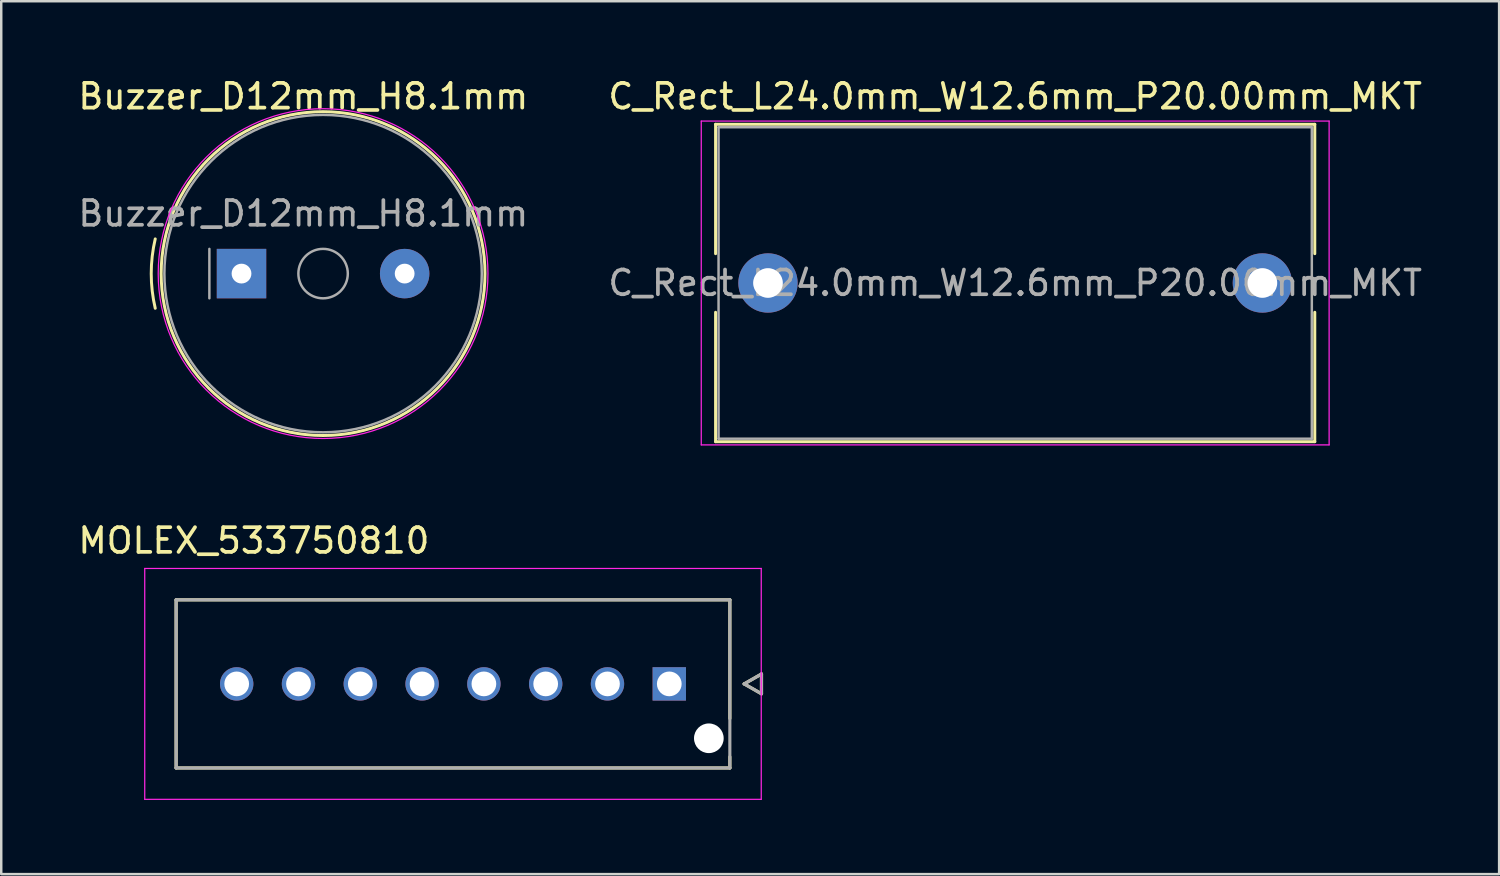
<source format=kicad_pcb>
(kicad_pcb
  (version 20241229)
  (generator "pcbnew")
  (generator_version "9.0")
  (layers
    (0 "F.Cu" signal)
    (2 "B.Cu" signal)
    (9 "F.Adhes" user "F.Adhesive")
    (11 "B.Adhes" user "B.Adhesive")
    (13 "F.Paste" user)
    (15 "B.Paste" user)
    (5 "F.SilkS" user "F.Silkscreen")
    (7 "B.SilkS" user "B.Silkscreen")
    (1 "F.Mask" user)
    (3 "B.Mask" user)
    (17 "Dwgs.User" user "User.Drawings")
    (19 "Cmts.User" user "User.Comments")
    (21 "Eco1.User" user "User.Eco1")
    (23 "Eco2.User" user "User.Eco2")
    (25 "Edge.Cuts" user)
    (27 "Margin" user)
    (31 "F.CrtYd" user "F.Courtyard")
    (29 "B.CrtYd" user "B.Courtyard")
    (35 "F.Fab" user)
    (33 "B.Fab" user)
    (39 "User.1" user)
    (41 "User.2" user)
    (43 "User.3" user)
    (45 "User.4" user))
  (footprint "Buzzer_D12mm_H8.1mm"
    (layer "F.Cu")
    (at 6.72 8.018)
    (property "Reference" "Buzzer_D12mm_H8.1mm" (at 2.5 -7.17 0) (layer "F.SilkS") (effects (font (size 1 1) (thickness 0.15))))
    (attr through_hole)
    (fp_arc (start -3.489905 1.403934) (mid -3.652235 0) (end -3.489905 -1.403934) (stroke (width 0.12) (type solid)) (layer "F.SilkS"))
    (fp_circle (center 3.3 0) (end 9.85 0) (stroke (width 0.12) (type solid)) (fill no) (layer "F.SilkS"))
    (fp_circle (center 3.3 0) (end 9.97 0) (stroke (width 0.05) (type solid)) (fill no) (layer "F.CrtYd"))
    (fp_line (start -1.3 -1) (end -1.3 1) (stroke (width 0.1) (type solid)) (layer "F.Fab"))
    (fp_circle (center 3.3 0) (end 4.3 0) (stroke (width 0.1) (type solid)) (fill no) (layer "F.Fab"))
    (fp_circle (center 3.3 0) (end 9.72 0) (stroke (width 0.1) (type solid)) (fill no) (layer "F.Fab"))
    (fp_text user "${REFERENCE}" (at 2.5 -2.43 0) (layer "F.Fab") (effects (font (size 1 1) (thickness 0.15))))
    (pad "1" thru_hole rect (at 0 0) (size 2 2) (drill 0.8) (layers "*.Cu" "*.Mask"))
    (pad "2" thru_hole circle (at 6.6 0) (size 2 2) (drill 0.8) (layers "*.Cu" "*.Mask")))
  (footprint "C_Rect_L24.0mm_W12.6mm_P20.00mm_MKT"
    (layer "F.Cu")
    (at 28.018 8.398)
    (property "Reference" "C_Rect_L24.0mm_W12.6mm_P20.00mm_MKT" (at 10 -7.55 0) (layer "F.SilkS") (effects (font (size 1 1) (thickness 0.15))))
    (attr through_hole)
    (fp_line (start -2.12 -6.42) (end -2.12 -1.185) (stroke (width 0.12) (type solid)) (layer "F.SilkS"))
    (fp_line (start -2.12 -6.42) (end 22.12 -6.42) (stroke (width 0.12) (type solid)) (layer "F.SilkS"))
    (fp_line (start -2.12 1.185) (end -2.12 6.42) (stroke (width 0.12) (type solid)) (layer "F.SilkS"))
    (fp_line (start -2.12 6.42) (end 22.12 6.42) (stroke (width 0.12) (type solid)) (layer "F.SilkS"))
    (fp_line (start 22.12 -6.42) (end 22.12 -1.185) (stroke (width 0.12) (type solid)) (layer "F.SilkS"))
    (fp_line (start 22.12 1.185) (end 22.12 6.42) (stroke (width 0.12) (type solid)) (layer "F.SilkS"))
    (fp_line (start -2.7 -6.55) (end -2.7 6.55) (stroke (width 0.05) (type solid)) (layer "F.CrtYd"))
    (fp_line (start -2.7 6.55) (end 22.7 6.55) (stroke (width 0.05) (type solid)) (layer "F.CrtYd"))
    (fp_line (start 22.7 -6.55) (end -2.7 -6.55) (stroke (width 0.05) (type solid)) (layer "F.CrtYd"))
    (fp_line (start 22.7 6.55) (end 22.7 -6.55) (stroke (width 0.05) (type solid)) (layer "F.CrtYd"))
    (fp_line (start -2 -6.3) (end -2 6.3) (stroke (width 0.1) (type solid)) (layer "F.Fab"))
    (fp_line (start -2 6.3) (end 22 6.3) (stroke (width 0.1) (type solid)) (layer "F.Fab"))
    (fp_line (start 22 -6.3) (end -2 -6.3) (stroke (width 0.1) (type solid)) (layer "F.Fab"))
    (fp_line (start 22 6.3) (end 22 -6.3) (stroke (width 0.1) (type solid)) (layer "F.Fab"))
    (fp_text user "${REFERENCE}" (at 10 0 0) (layer "F.Fab") (effects (font (size 1 1) (thickness 0.15))))
    (pad "1" thru_hole circle (at 0 0) (size 2.4 2.4) (drill 1.2) (layers "*.Cu" "*.Mask"))
    (pad "2" thru_hole circle (at 20 0) (size 2.4 2.4) (drill 1.2) (layers "*.Cu" "*.Mask")))
  (footprint "MOLEX_533750810"
    (layer "F.Cu")
    (at 24.025 24.616)
    (property "Reference" "MOLEX_533750810" (at -16.805 -5.795 0) (layer "F.SilkS") (effects (font (size 1 1) (thickness 0.15))))
    (attr through_hole)
    (fp_circle (center -17.5 0) (end -17.124 0) (stroke (width 0.751) (type solid)) (fill no) (layer "F.Mask"))
    (fp_circle (center -15 0) (end -14.624 0) (stroke (width 0.751) (type solid)) (fill no) (layer "F.Mask"))
    (fp_circle (center -12.5 0) (end -12.124 0) (stroke (width 0.751) (type solid)) (fill no) (layer "F.Mask"))
    (fp_circle (center -10 0) (end -9.624 0) (stroke (width 0.751) (type solid)) (fill no) (layer "F.Mask"))
    (fp_circle (center -7.5 0) (end -7.124 0) (stroke (width 0.751) (type solid)) (fill no) (layer "F.Mask"))
    (fp_circle (center -5 0) (end -4.624 0) (stroke (width 0.751) (type solid)) (fill no) (layer "F.Mask"))
    (fp_circle (center -2.5 0) (end -2.124 0) (stroke (width 0.751) (type solid)) (fill no) (layer "F.Mask"))
    (fp_poly (pts (xy -0.751 -0.751) (xy 0.751 -0.751) (xy 0.751 0.751) (xy -0.751 0.751)) (stroke (width 0.01) (type solid)) (fill yes) (layer "F.Mask"))
    (fp_circle (center -17.5 0) (end -17.124 0) (stroke (width 0.751) (type solid)) (fill no) (layer "B.Mask"))
    (fp_circle (center -15 0) (end -14.624 0) (stroke (width 0.751) (type solid)) (fill no) (layer "B.Mask"))
    (fp_circle (center -12.5 0) (end -12.124 0) (stroke (width 0.751) (type solid)) (fill no) (layer "B.Mask"))
    (fp_circle (center -10 0) (end -9.624 0) (stroke (width 0.751) (type solid)) (fill no) (layer "B.Mask"))
    (fp_circle (center -7.5 0) (end -7.124 0) (stroke (width 0.751) (type solid)) (fill no) (layer "B.Mask"))
    (fp_circle (center -5 0) (end -4.624 0) (stroke (width 0.751) (type solid)) (fill no) (layer "B.Mask"))
    (fp_circle (center -2.5 0) (end -2.124 0) (stroke (width 0.751) (type solid)) (fill no) (layer "B.Mask"))
    (fp_poly (pts (xy -0.751 -0.751) (xy 0.751 -0.751) (xy 0.751 0.751) (xy -0.751 0.751)) (stroke (width 0.01) (type solid)) (fill yes) (layer "B.Mask"))
    (fp_line (start -19.95 -3.4) (end 2.45 -3.4) (stroke (width 0.127) (type solid)) (layer "F.SilkS"))
    (fp_line (start -19.95 3.4) (end -19.95 -3.4) (stroke (width 0.127) (type solid)) (layer "F.SilkS"))
    (fp_line (start 2.45 -3.4) (end 2.45 1.4) (stroke (width 0.127) (type solid)) (layer "F.SilkS"))
    (fp_line (start 2.45 2.95) (end 2.45 3.4) (stroke (width 0.127) (type solid)) (layer "F.SilkS"))
    (fp_line (start 2.45 3.4) (end -19.95 3.4) (stroke (width 0.127) (type solid)) (layer "F.SilkS"))
    (fp_line (start 3.03 0) (end 3.73 0.4) (stroke (width 0.127) (type solid)) (layer "F.SilkS"))
    (fp_line (start 3.73 -0.4) (end 3.03 0) (stroke (width 0.127) (type solid)) (layer "F.SilkS"))
    (fp_line (start 3.73 0.4) (end 3.73 -0.4) (stroke (width 0.127) (type solid)) (layer "F.SilkS"))
    (fp_line (start -21.22 -4.67) (end 3.72 -4.67) (stroke (width 0.05) (type solid)) (layer "F.CrtYd"))
    (fp_line (start -21.22 4.67) (end -21.22 -4.67) (stroke (width 0.05) (type solid)) (layer "F.CrtYd"))
    (fp_line (start -21.22 4.67) (end 3.72 4.67) (stroke (width 0.05) (type solid)) (layer "F.CrtYd"))
    (fp_line (start 3.72 -4.67) (end 3.72 4.67) (stroke (width 0.05) (type solid)) (layer "F.CrtYd"))
    (fp_line (start -19.95 -3.4) (end 2.45 -3.4) (stroke (width 0.127) (type solid)) (layer "F.Fab"))
    (fp_line (start -19.95 3.4) (end -19.95 -3.4) (stroke (width 0.127) (type solid)) (layer "F.Fab"))
    (fp_line (start 2.45 -3.4) (end 2.45 3.4) (stroke (width 0.127) (type solid)) (layer "F.Fab"))
    (fp_line (start 2.45 3.4) (end -19.95 3.4) (stroke (width 0.127) (type solid)) (layer "F.Fab"))
    (fp_line (start 3.03 0) (end 3.73 0.4) (stroke (width 0.127) (type solid)) (layer "F.Fab"))
    (fp_line (start 3.73 -0.4) (end 3.03 0) (stroke (width 0.127) (type solid)) (layer "F.Fab"))
    (fp_line (start 3.73 0.4) (end 3.73 -0.4) (stroke (width 0.127) (type solid)) (layer "F.Fab"))
    (pad "" np_thru_hole circle (at 1.6 2.2) (size 1.2 1.2) (drill 1.2) (layers "*.Cu" "*.Mask"))
    (pad "1" thru_hole rect (at 0 0) (size 1.35 1.35) (drill 1) (layers "*.Cu"))
    (pad "2" thru_hole circle (at -2.5 0) (size 1.35 1.35) (drill 1) (layers "*.Cu"))
    (pad "3" thru_hole circle (at -5 0) (size 1.35 1.35) (drill 1) (layers "*.Cu"))
    (pad "4" thru_hole circle (at -7.5 0) (size 1.35 1.35) (drill 1) (layers "*.Cu"))
    (pad "5" thru_hole circle (at -10 0) (size 1.35 1.35) (drill 1) (layers "*.Cu"))
    (pad "6" thru_hole circle (at -12.5 0) (size 1.35 1.35) (drill 1) (layers "*.Cu"))
    (pad "7" thru_hole circle (at -15 0) (size 1.35 1.35) (drill 1) (layers "*.Cu"))
    (pad "8" thru_hole circle (at -17.5 0) (size 1.35 1.35) (drill 1) (layers "*.Cu")))
  (gr_rect
    (start -3 -3)
    (end 57.595 32.312)
    (stroke (width 0.1) (type default))
    (fill no)
    (layer "Edge.Cuts")))
</source>
